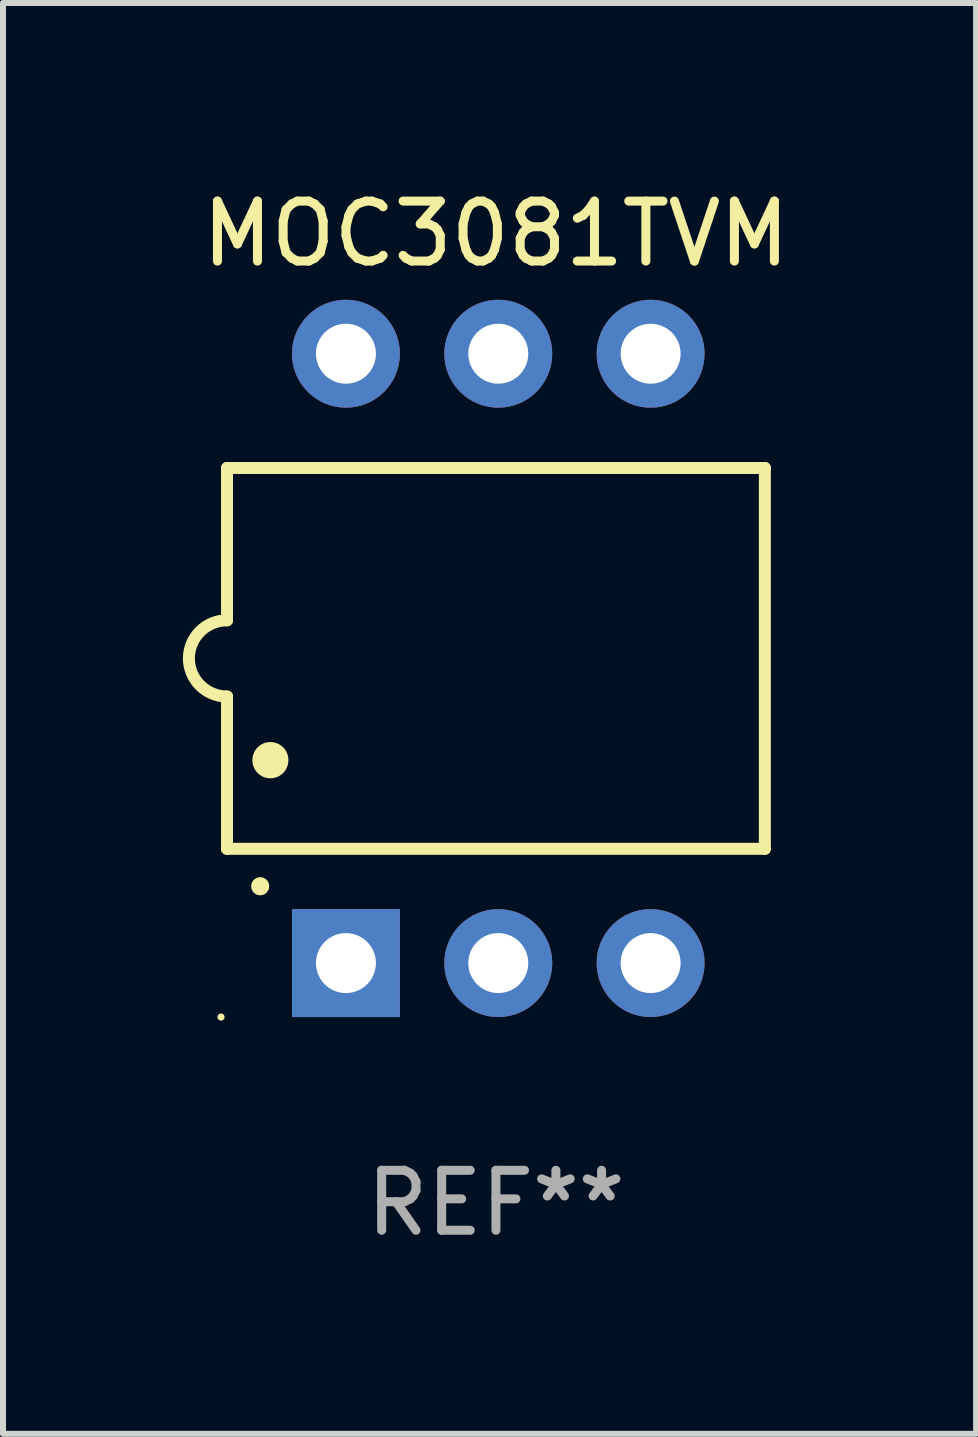
<source format=kicad_pcb>
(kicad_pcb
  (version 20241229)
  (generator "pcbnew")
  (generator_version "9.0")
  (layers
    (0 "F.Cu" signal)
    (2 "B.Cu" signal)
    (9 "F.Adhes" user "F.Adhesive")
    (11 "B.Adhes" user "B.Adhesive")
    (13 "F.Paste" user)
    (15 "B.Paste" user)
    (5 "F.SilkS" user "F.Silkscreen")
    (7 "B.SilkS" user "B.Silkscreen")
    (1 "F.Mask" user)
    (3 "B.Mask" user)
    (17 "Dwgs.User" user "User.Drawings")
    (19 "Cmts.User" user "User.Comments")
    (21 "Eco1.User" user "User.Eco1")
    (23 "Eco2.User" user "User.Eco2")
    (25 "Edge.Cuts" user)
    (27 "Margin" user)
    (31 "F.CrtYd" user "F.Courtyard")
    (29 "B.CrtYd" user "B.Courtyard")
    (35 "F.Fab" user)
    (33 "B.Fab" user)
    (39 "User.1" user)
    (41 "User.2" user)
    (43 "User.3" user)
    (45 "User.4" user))
  (footprint "MOC3081TVM"
    (layer "F.Cu")
    (at 5.219 7.928)
    (property "Reference" "MOC3081TVM" (at 0 -7.08 0) (layer "F.SilkS") (effects (font (size 1 1) (thickness 0.15))))
    (attr through_hole)
    (fp_line (start -4.484 -3.175) (end 4.484 -3.175) (stroke (width 0.2) (type solid)) (layer "F.SilkS"))
    (fp_line (start -4.484 -0.635) (end -4.484 -3.175) (stroke (width 0.2) (type solid)) (layer "F.SilkS"))
    (fp_line (start -4.484 0.635) (end -4.484 3.175) (stroke (width 0.2) (type solid)) (layer "F.SilkS"))
    (fp_line (start -4.484 3.175) (end 4.484 3.175) (stroke (width 0.2) (type solid)) (layer "F.SilkS"))
    (fp_line (start 4.484 -3.175) (end 4.484 3.175) (stroke (width 0.2) (type solid)) (layer "F.SilkS"))
    (fp_arc (start -4.484379 0.635001) (mid -5.11938 0) (end -4.484379 -0.635001) (stroke (width 0.2) (type solid)) (layer "F.SilkS"))
    (fp_arc (start -3.930658 3.799848) (mid -3.930663 3.798578) (end -3.930658 3.797308) (stroke (width 0.3) (type solid)) (layer "F.SilkS"))
    (fp_arc (start -3.760478 1.699263) (mid -3.760489 1.696723) (end -3.760478 1.694183) (stroke (width 0.6) (type solid)) (layer "F.SilkS"))
    (fp_circle (center -4.584 5.98) (end -4.554 5.98) (stroke (width 0.06) (type solid)) (fill no) (layer "F.SilkS"))
    (fp_text user "REF**" (at 0 9.08 0) (layer "F.Fab") (effects (font (size 1 1) (thickness 0.15))))
    (pad "1" thru_hole rect (at -2.501 5.08 90) (size 1.8 1.8) (drill 1) (layers "*.Cu" "*.Mask"))
    (pad "2" thru_hole circle (at 0.039 5.08) (size 1.8 1.8) (drill 1) (layers "*.Cu" "*.Mask"))
    (pad "3" thru_hole circle (at 2.579 5.08) (size 1.8 1.8) (drill 1) (layers "*.Cu" "*.Mask"))
    (pad "4" thru_hole circle (at 2.579 -5.08) (size 1.8 1.8) (drill 1) (layers "*.Cu" "*.Mask"))
    (pad "5" thru_hole circle (at 0.039 -5.08) (size 1.8 1.8) (drill 1) (layers "*.Cu" "*.Mask"))
    (pad "6" thru_hole circle (at -2.501 -5.08) (size 1.8 1.8) (drill 1) (layers "*.Cu" "*.Mask")))
  (gr_rect
    (start -3 -3)
    (end 13.225 20.857)
    (stroke (width 0.1) (type default))
    (fill no)
    (layer "Edge.Cuts")))
</source>
